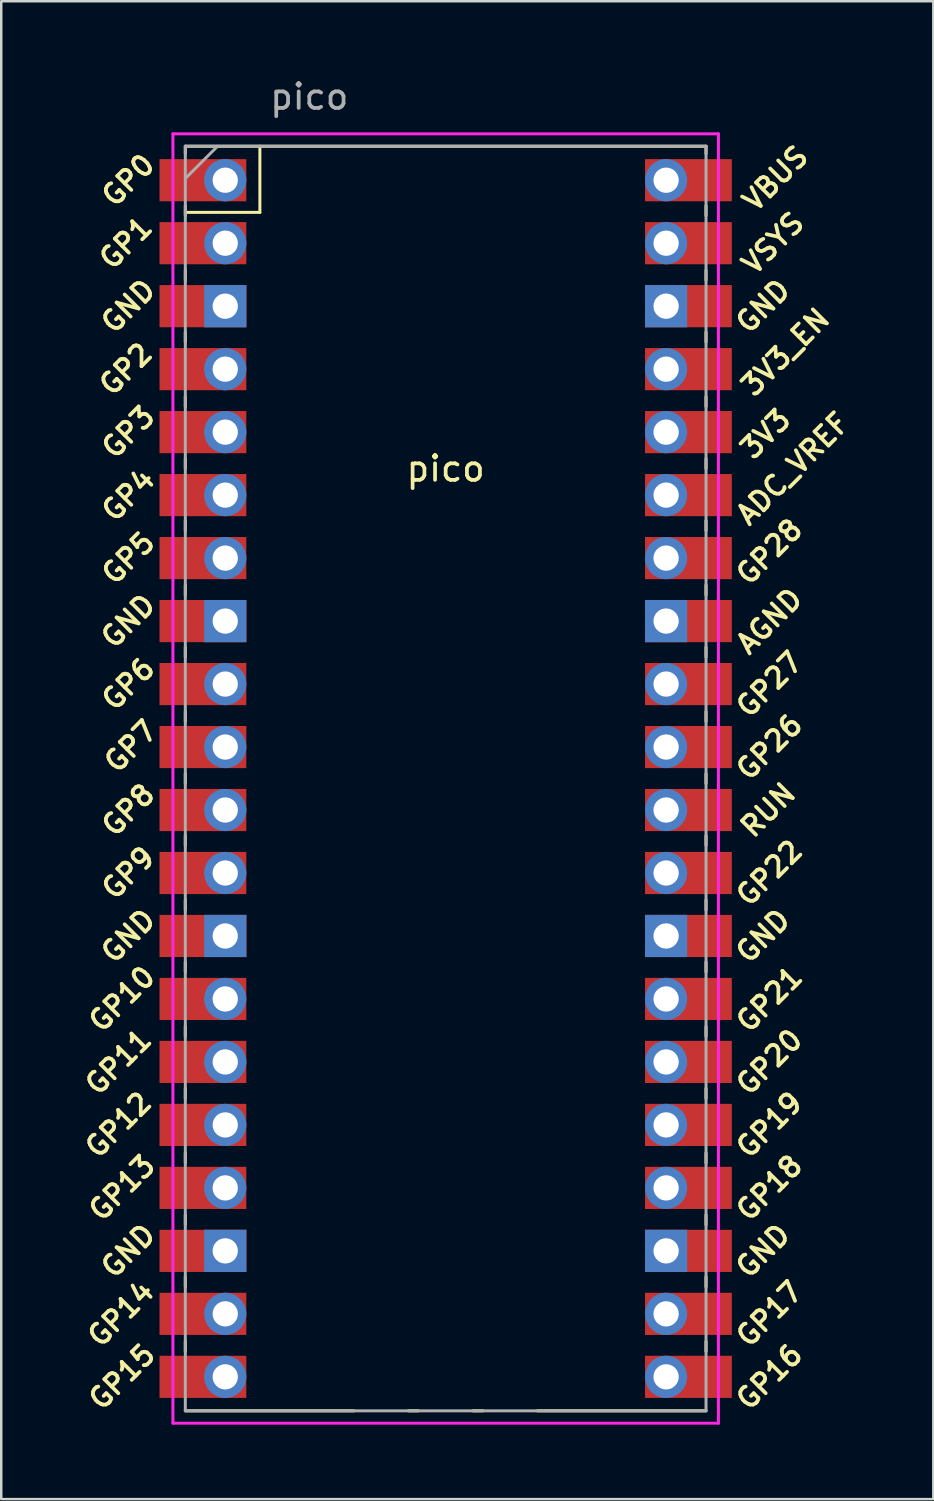
<source format=kicad_pcb>
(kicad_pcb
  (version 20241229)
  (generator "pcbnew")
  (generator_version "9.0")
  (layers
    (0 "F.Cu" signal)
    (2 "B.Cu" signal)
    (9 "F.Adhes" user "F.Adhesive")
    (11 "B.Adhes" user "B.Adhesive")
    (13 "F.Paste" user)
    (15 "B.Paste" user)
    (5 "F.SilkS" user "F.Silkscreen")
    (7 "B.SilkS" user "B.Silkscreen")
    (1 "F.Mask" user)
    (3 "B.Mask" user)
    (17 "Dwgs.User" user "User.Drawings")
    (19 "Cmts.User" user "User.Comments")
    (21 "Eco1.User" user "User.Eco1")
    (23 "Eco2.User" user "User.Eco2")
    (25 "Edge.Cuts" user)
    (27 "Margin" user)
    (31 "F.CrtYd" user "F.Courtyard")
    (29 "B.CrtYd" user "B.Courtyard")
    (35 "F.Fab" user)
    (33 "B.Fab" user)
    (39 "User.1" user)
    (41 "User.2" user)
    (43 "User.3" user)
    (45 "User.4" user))
  (footprint "pico"
    (layer "F.Cu")
    (at 14.924 28.348)
    (property "Reference" "pico" (at 0 -12.5 0) (layer "F.SilkS") (effects (font (size 1 1) (thickness 0.15))))
    (attr through_hole)
    (fp_line (start -10.5 -25.5) (end -10.5 -25.2) (stroke (width 0.12) (type solid)) (layer "F.SilkS"))
    (fp_line (start -10.5 -25.5) (end 10.5 -25.5) (stroke (width 0.12) (type solid)) (layer "F.SilkS"))
    (fp_line (start -10.5 -23.1) (end -10.5 -22.7) (stroke (width 0.12) (type solid)) (layer "F.SilkS"))
    (fp_line (start -10.5 -22.833) (end -7.493 -22.833) (stroke (width 0.12) (type solid)) (layer "F.SilkS"))
    (fp_line (start -10.5 -20.5) (end -10.5 -20.1) (stroke (width 0.12) (type solid)) (layer "F.SilkS"))
    (fp_line (start -10.5 -18) (end -10.5 -17.6) (stroke (width 0.12) (type solid)) (layer "F.SilkS"))
    (fp_line (start -10.5 -15.4) (end -10.5 -15) (stroke (width 0.12) (type solid)) (layer "F.SilkS"))
    (fp_line (start -10.5 -12.9) (end -10.5 -12.5) (stroke (width 0.12) (type solid)) (layer "F.SilkS"))
    (fp_line (start -10.5 -10.4) (end -10.5 -10) (stroke (width 0.12) (type solid)) (layer "F.SilkS"))
    (fp_line (start -10.5 -7.8) (end -10.5 -7.4) (stroke (width 0.12) (type solid)) (layer "F.SilkS"))
    (fp_line (start -10.5 -5.3) (end -10.5 -4.9) (stroke (width 0.12) (type solid)) (layer "F.SilkS"))
    (fp_line (start -10.5 -2.7) (end -10.5 -2.3) (stroke (width 0.12) (type solid)) (layer "F.SilkS"))
    (fp_line (start -10.5 -0.2) (end -10.5 0.2) (stroke (width 0.12) (type solid)) (layer "F.SilkS"))
    (fp_line (start -10.5 2.3) (end -10.5 2.7) (stroke (width 0.12) (type solid)) (layer "F.SilkS"))
    (fp_line (start -10.5 4.9) (end -10.5 5.3) (stroke (width 0.12) (type solid)) (layer "F.SilkS"))
    (fp_line (start -10.5 7.4) (end -10.5 7.8) (stroke (width 0.12) (type solid)) (layer "F.SilkS"))
    (fp_line (start -10.5 10) (end -10.5 10.4) (stroke (width 0.12) (type solid)) (layer "F.SilkS"))
    (fp_line (start -10.5 12.5) (end -10.5 12.9) (stroke (width 0.12) (type solid)) (layer "F.SilkS"))
    (fp_line (start -10.5 15.1) (end -10.5 15.5) (stroke (width 0.12) (type solid)) (layer "F.SilkS"))
    (fp_line (start -10.5 17.6) (end -10.5 18) (stroke (width 0.12) (type solid)) (layer "F.SilkS"))
    (fp_line (start -10.5 20.1) (end -10.5 20.5) (stroke (width 0.12) (type solid)) (layer "F.SilkS"))
    (fp_line (start -10.5 22.7) (end -10.5 23.1) (stroke (width 0.12) (type solid)) (layer "F.SilkS"))
    (fp_line (start -7.493 -22.833) (end -7.493 -25.5) (stroke (width 0.12) (type solid)) (layer "F.SilkS"))
    (fp_line (start -3.7 25.5) (end -10.5 25.5) (stroke (width 0.12) (type solid)) (layer "F.SilkS"))
    (fp_line (start -1.5 25.5) (end -1.1 25.5) (stroke (width 0.12) (type solid)) (layer "F.SilkS"))
    (fp_line (start 1.1 25.5) (end 1.5 25.5) (stroke (width 0.12) (type solid)) (layer "F.SilkS"))
    (fp_line (start 10.5 -25.5) (end 10.5 -25.2) (stroke (width 0.12) (type solid)) (layer "F.SilkS"))
    (fp_line (start 10.5 -23.1) (end 10.5 -22.7) (stroke (width 0.12) (type solid)) (layer "F.SilkS"))
    (fp_line (start 10.5 -20.5) (end 10.5 -20.1) (stroke (width 0.12) (type solid)) (layer "F.SilkS"))
    (fp_line (start 10.5 -18) (end 10.5 -17.6) (stroke (width 0.12) (type solid)) (layer "F.SilkS"))
    (fp_line (start 10.5 -15.4) (end 10.5 -15) (stroke (width 0.12) (type solid)) (layer "F.SilkS"))
    (fp_line (start 10.5 -12.9) (end 10.5 -12.5) (stroke (width 0.12) (type solid)) (layer "F.SilkS"))
    (fp_line (start 10.5 -10.4) (end 10.5 -10) (stroke (width 0.12) (type solid)) (layer "F.SilkS"))
    (fp_line (start 10.5 -7.8) (end 10.5 -7.4) (stroke (width 0.12) (type solid)) (layer "F.SilkS"))
    (fp_line (start 10.5 -5.3) (end 10.5 -4.9) (stroke (width 0.12) (type solid)) (layer "F.SilkS"))
    (fp_line (start 10.5 -2.7) (end 10.5 -2.3) (stroke (width 0.12) (type solid)) (layer "F.SilkS"))
    (fp_line (start 10.5 -0.2) (end 10.5 0.2) (stroke (width 0.12) (type solid)) (layer "F.SilkS"))
    (fp_line (start 10.5 2.3) (end 10.5 2.7) (stroke (width 0.12) (type solid)) (layer "F.SilkS"))
    (fp_line (start 10.5 4.9) (end 10.5 5.3) (stroke (width 0.12) (type solid)) (layer "F.SilkS"))
    (fp_line (start 10.5 7.4) (end 10.5 7.8) (stroke (width 0.12) (type solid)) (layer "F.SilkS"))
    (fp_line (start 10.5 10) (end 10.5 10.4) (stroke (width 0.12) (type solid)) (layer "F.SilkS"))
    (fp_line (start 10.5 12.5) (end 10.5 12.9) (stroke (width 0.12) (type solid)) (layer "F.SilkS"))
    (fp_line (start 10.5 15.1) (end 10.5 15.5) (stroke (width 0.12) (type solid)) (layer "F.SilkS"))
    (fp_line (start 10.5 17.6) (end 10.5 18) (stroke (width 0.12) (type solid)) (layer "F.SilkS"))
    (fp_line (start 10.5 20.1) (end 10.5 20.5) (stroke (width 0.12) (type solid)) (layer "F.SilkS"))
    (fp_line (start 10.5 22.7) (end 10.5 23.1) (stroke (width 0.12) (type solid)) (layer "F.SilkS"))
    (fp_line (start 10.5 25.5) (end 3.7 25.5) (stroke (width 0.12) (type solid)) (layer "F.SilkS"))
    (fp_line (start -11 -26) (end 11 -26) (stroke (width 0.12) (type solid)) (layer "F.CrtYd"))
    (fp_line (start -11 26) (end -11 -26) (stroke (width 0.12) (type solid)) (layer "F.CrtYd"))
    (fp_line (start 11 -26) (end 11 26) (stroke (width 0.12) (type solid)) (layer "F.CrtYd"))
    (fp_line (start 11 26) (end -11 26) (stroke (width 0.12) (type solid)) (layer "F.CrtYd"))
    (fp_line (start -10.5 -25.5) (end 10.5 -25.5) (stroke (width 0.12) (type solid)) (layer "F.Fab"))
    (fp_line (start -10.5 -24.2) (end -9.2 -25.5) (stroke (width 0.12) (type solid)) (layer "F.Fab"))
    (fp_line (start -10.5 25.5) (end -10.5 -25.5) (stroke (width 0.12) (type solid)) (layer "F.Fab"))
    (fp_line (start 10.5 -25.5) (end 10.5 25.5) (stroke (width 0.12) (type solid)) (layer "F.Fab"))
    (fp_line (start 10.5 25.5) (end -10.5 25.5) (stroke (width 0.12) (type solid)) (layer "F.Fab"))
    (fp_text user "GP9" (at -12.8 3.81 45) (layer "F.SilkS") (effects (font (size 0.8 0.8) (thickness 0.15))))
    (fp_text user "GP2" (at -12.9 -16.51 45) (layer "F.SilkS") (effects (font (size 0.8 0.8) (thickness 0.15))))
    (fp_text user "GP16" (at 13.054 24.13 45) (layer "F.SilkS") (effects (font (size 0.8 0.8) (thickness 0.15))))
    (fp_text user "GP6" (at -12.8 -3.81 45) (layer "F.SilkS") (effects (font (size 0.8 0.8) (thickness 0.15))))
    (fp_text user "GND" (at 12.8 -19.05 45) (layer "F.SilkS") (effects (font (size 0.8 0.8) (thickness 0.15))))
    (fp_text user "GP18" (at 13.054 16.51 45) (layer "F.SilkS") (effects (font (size 0.8 0.8) (thickness 0.15))))
    (fp_text user "GND" (at -12.8 6.35 45) (layer "F.SilkS") (effects (font (size 0.8 0.8) (thickness 0.15))))
    (fp_text user "GP10" (at -13.054 8.89 45) (layer "F.SilkS") (effects (font (size 0.8 0.8) (thickness 0.15))))
    (fp_text user "GP12" (at -13.2 13.97 45) (layer "F.SilkS") (effects (font (size 0.8 0.8) (thickness 0.15))))
    (fp_text user "RUN" (at 13 1.27 45) (layer "F.SilkS") (effects (font (size 0.8 0.8) (thickness 0.15))))
    (fp_text user "GND" (at 12.8 6.35 45) (layer "F.SilkS") (effects (font (size 0.8 0.8) (thickness 0.15))))
    (fp_text user "GP11" (at -13.2 11.43 45) (layer "F.SilkS") (effects (font (size 0.8 0.8) (thickness 0.15))))
    (fp_text user "GP4" (at -12.8 -11.43 45) (layer "F.SilkS") (effects (font (size 0.8 0.8) (thickness 0.15))))
    (fp_text user "GND" (at -12.8 -19.05 45) (layer "F.SilkS") (effects (font (size 0.8 0.8) (thickness 0.15))))
    (fp_text user "GP1" (at -12.9 -21.6 45) (layer "F.SilkS") (effects (font (size 0.8 0.8) (thickness 0.15))))
    (fp_text user "GP14" (at -13.1 21.59 45) (layer "F.SilkS") (effects (font (size 0.8 0.8) (thickness 0.15))))
    (fp_text user "GP19" (at 13.054 13.97 45) (layer "F.SilkS") (effects (font (size 0.8 0.8) (thickness 0.15))))
    (fp_text user "GP8" (at -12.8 1.27 45) (layer "F.SilkS") (effects (font (size 0.8 0.8) (thickness 0.15))))
    (fp_text user "GP17" (at 13.054 21.59 45) (layer "F.SilkS") (effects (font (size 0.8 0.8) (thickness 0.15))))
    (fp_text user "GND" (at -12.8 -6.35 45) (layer "F.SilkS") (effects (font (size 0.8 0.8) (thickness 0.15))))
    (fp_text user "GP5" (at -12.8 -8.89 45) (layer "F.SilkS") (effects (font (size 0.8 0.8) (thickness 0.15))))
    (fp_text user "GND" (at -12.8 19.05 45) (layer "F.SilkS") (effects (font (size 0.8 0.8) (thickness 0.15))))
    (fp_text user "VBUS" (at 13.3 -24.2 45) (layer "F.SilkS") (effects (font (size 0.8 0.8) (thickness 0.15))))
    (fp_text user "AGND" (at 13.054 -6.35 45) (layer "F.SilkS") (effects (font (size 0.8 0.8) (thickness 0.15))))
    (fp_text user "3V3" (at 12.9 -13.9 45) (layer "F.SilkS") (effects (font (size 0.8 0.8) (thickness 0.15))))
    (fp_text user "GP13" (at -13.054 16.51 45) (layer "F.SilkS") (effects (font (size 0.8 0.8) (thickness 0.15))))
    (fp_text user "GP7" (at -12.7 -1.3 45) (layer "F.SilkS") (effects (font (size 0.8 0.8) (thickness 0.15))))
    (fp_text user "GP15" (at -13.054 24.13 45) (layer "F.SilkS") (effects (font (size 0.8 0.8) (thickness 0.15))))
    (fp_text user "GP21" (at 13.054 8.9 45) (layer "F.SilkS") (effects (font (size 0.8 0.8) (thickness 0.15))))
    (fp_text user "GP20" (at 13.054 11.43 45) (layer "F.SilkS") (effects (font (size 0.8 0.8) (thickness 0.15))))
    (fp_text user "ADC_VREF" (at 14 -12.5 45) (layer "F.SilkS") (effects (font (size 0.8 0.8) (thickness 0.15))))
    (fp_text user "GP27" (at 13.054 -3.8 45) (layer "F.SilkS") (effects (font (size 0.8 0.8) (thickness 0.15))))
    (fp_text user "GP28" (at 13.054 -9.144 45) (layer "F.SilkS") (effects (font (size 0.8 0.8) (thickness 0.15))))
    (fp_text user "GP3" (at -12.8 -13.97 45) (layer "F.SilkS") (effects (font (size 0.8 0.8) (thickness 0.15))))
    (fp_text user "GND" (at 12.8 19.05 45) (layer "F.SilkS") (effects (font (size 0.8 0.8) (thickness 0.15))))
    (fp_text user "GP26" (at 13.054 -1.27 45) (layer "F.SilkS") (effects (font (size 0.8 0.8) (thickness 0.15))))
    (fp_text user "3V3_EN" (at 13.7 -17.2 45) (layer "F.SilkS") (effects (font (size 0.8 0.8) (thickness 0.15))))
    (fp_text user "GP0" (at -12.8 -24.13 45) (layer "F.SilkS") (effects (font (size 0.8 0.8) (thickness 0.15))))
    (fp_text user "VSYS" (at 13.2 -21.59 45) (layer "F.SilkS") (effects (font (size 0.8 0.8) (thickness 0.15))))
    (fp_text user "GP22" (at 13.054 3.81 45) (layer "F.SilkS") (effects (font (size 0.8 0.8) (thickness 0.15))))
    (fp_text user "${REFERENCE}" (at -5.5 -27.5 180) (layer "F.Fab") (effects (font (size 1 1) (thickness 0.15))))
    (pad "1" thru_hole oval (at -8.89 -24.13) (size 1.7 1.7) (drill 1.02) (layers "*.Cu" "*.Mask"))
    (pad "1" smd rect (at -8.89 -24.13) (size 3.5 1.7) (drill (offset -0.9 0)) (layers "F.Cu" "F.Mask"))
    (pad "2" thru_hole oval (at -8.89 -21.59) (size 1.7 1.7) (drill 1.02) (layers "*.Cu" "*.Mask"))
    (pad "2" smd rect (at -8.89 -21.59) (size 3.5 1.7) (drill (offset -0.9 0)) (layers "F.Cu" "F.Mask"))
    (pad "3" thru_hole rect (at -8.89 -19.05) (size 1.7 1.7) (drill 1.02) (layers "*.Cu" "*.Mask"))
    (pad "3" smd rect (at -8.89 -19.05) (size 3.5 1.7) (drill (offset -0.9 0)) (layers "F.Cu" "F.Mask"))
    (pad "4" thru_hole oval (at -8.89 -16.51) (size 1.7 1.7) (drill 1.02) (layers "*.Cu" "*.Mask"))
    (pad "4" smd rect (at -8.89 -16.51) (size 3.5 1.7) (drill (offset -0.9 0)) (layers "F.Cu" "F.Mask"))
    (pad "5" thru_hole oval (at -8.89 -13.97) (size 1.7 1.7) (drill 1.02) (layers "*.Cu" "*.Mask"))
    (pad "5" smd rect (at -8.89 -13.97) (size 3.5 1.7) (drill (offset -0.9 0)) (layers "F.Cu" "F.Mask"))
    (pad "6" thru_hole oval (at -8.89 -11.43) (size 1.7 1.7) (drill 1.02) (layers "*.Cu" "*.Mask"))
    (pad "6" smd rect (at -8.89 -11.43) (size 3.5 1.7) (drill (offset -0.9 0)) (layers "F.Cu" "F.Mask"))
    (pad "7" thru_hole oval (at -8.89 -8.89) (size 1.7 1.7) (drill 1.02) (layers "*.Cu" "*.Mask"))
    (pad "7" smd rect (at -8.89 -8.89) (size 3.5 1.7) (drill (offset -0.9 0)) (layers "F.Cu" "F.Mask"))
    (pad "8" thru_hole rect (at -8.89 -6.35) (size 1.7 1.7) (drill 1.02) (layers "*.Cu" "*.Mask"))
    (pad "8" smd rect (at -8.89 -6.35) (size 3.5 1.7) (drill (offset -0.9 0)) (layers "F.Cu" "F.Mask"))
    (pad "9" thru_hole oval (at -8.89 -3.81) (size 1.7 1.7) (drill 1.02) (layers "*.Cu" "*.Mask"))
    (pad "9" smd rect (at -8.89 -3.81) (size 3.5 1.7) (drill (offset -0.9 0)) (layers "F.Cu" "F.Mask"))
    (pad "10" thru_hole oval (at -8.89 -1.27) (size 1.7 1.7) (drill 1.02) (layers "*.Cu" "*.Mask"))
    (pad "10" smd rect (at -8.89 -1.27) (size 3.5 1.7) (drill (offset -0.9 0)) (layers "F.Cu" "F.Mask"))
    (pad "11" thru_hole oval (at -8.89 1.27) (size 1.7 1.7) (drill 1.02) (layers "*.Cu" "*.Mask"))
    (pad "11" smd rect (at -8.89 1.27) (size 3.5 1.7) (drill (offset -0.9 0)) (layers "F.Cu" "F.Mask"))
    (pad "12" thru_hole oval (at -8.89 3.81) (size 1.7 1.7) (drill 1.02) (layers "*.Cu" "*.Mask"))
    (pad "12" smd rect (at -8.89 3.81) (size 3.5 1.7) (drill (offset -0.9 0)) (layers "F.Cu" "F.Mask"))
    (pad "13" thru_hole rect (at -8.89 6.35) (size 1.7 1.7) (drill 1.02) (layers "*.Cu" "*.Mask"))
    (pad "13" smd rect (at -8.89 6.35) (size 3.5 1.7) (drill (offset -0.9 0)) (layers "F.Cu" "F.Mask"))
    (pad "14" thru_hole oval (at -8.89 8.89) (size 1.7 1.7) (drill 1.02) (layers "*.Cu" "*.Mask"))
    (pad "14" smd rect (at -8.89 8.89) (size 3.5 1.7) (drill (offset -0.9 0)) (layers "F.Cu" "F.Mask"))
    (pad "15" thru_hole oval (at -8.89 11.43) (size 1.7 1.7) (drill 1.02) (layers "*.Cu" "*.Mask"))
    (pad "15" smd rect (at -8.89 11.43) (size 3.5 1.7) (drill (offset -0.9 0)) (layers "F.Cu" "F.Mask"))
    (pad "16" thru_hole oval (at -8.89 13.97) (size 1.7 1.7) (drill 1.02) (layers "*.Cu" "*.Mask"))
    (pad "16" smd rect (at -8.89 13.97) (size 3.5 1.7) (drill (offset -0.9 0)) (layers "F.Cu" "F.Mask"))
    (pad "17" thru_hole oval (at -8.89 16.51) (size 1.7 1.7) (drill 1.02) (layers "*.Cu" "*.Mask"))
    (pad "17" smd rect (at -8.89 16.51) (size 3.5 1.7) (drill (offset -0.9 0)) (layers "F.Cu" "F.Mask"))
    (pad "18" thru_hole rect (at -8.89 19.05) (size 1.7 1.7) (drill 1.02) (layers "*.Cu" "*.Mask"))
    (pad "18" smd rect (at -8.89 19.05) (size 3.5 1.7) (drill (offset -0.9 0)) (layers "F.Cu" "F.Mask"))
    (pad "19" thru_hole oval (at -8.89 21.59) (size 1.7 1.7) (drill 1.02) (layers "*.Cu" "*.Mask"))
    (pad "19" smd rect (at -8.89 21.59) (size 3.5 1.7) (drill (offset -0.9 0)) (layers "F.Cu" "F.Mask"))
    (pad "20" thru_hole oval (at -8.89 24.13) (size 1.7 1.7) (drill 1.02) (layers "*.Cu" "*.Mask"))
    (pad "20" smd rect (at -8.89 24.13) (size 3.5 1.7) (drill (offset -0.9 0)) (layers "F.Cu" "F.Mask"))
    (pad "21" thru_hole oval (at 8.89 24.13) (size 1.7 1.7) (drill 1.02) (layers "*.Cu" "*.Mask"))
    (pad "21" smd rect (at 8.89 24.13) (size 3.5 1.7) (drill (offset 0.9 0)) (layers "F.Cu" "F.Mask"))
    (pad "22" thru_hole oval (at 8.89 21.59) (size 1.7 1.7) (drill 1.02) (layers "*.Cu" "*.Mask"))
    (pad "22" smd rect (at 8.89 21.59) (size 3.5 1.7) (drill (offset 0.9 0)) (layers "F.Cu" "F.Mask"))
    (pad "23" thru_hole rect (at 8.89 19.05) (size 1.7 1.7) (drill 1.02) (layers "*.Cu" "*.Mask"))
    (pad "23" smd rect (at 8.89 19.05) (size 3.5 1.7) (drill (offset 0.9 0)) (layers "F.Cu" "F.Mask"))
    (pad "24" thru_hole oval (at 8.89 16.51) (size 1.7 1.7) (drill 1.02) (layers "*.Cu" "*.Mask"))
    (pad "24" smd rect (at 8.89 16.51) (size 3.5 1.7) (drill (offset 0.9 0)) (layers "F.Cu" "F.Mask"))
    (pad "25" thru_hole oval (at 8.89 13.97) (size 1.7 1.7) (drill 1.02) (layers "*.Cu" "*.Mask"))
    (pad "25" smd rect (at 8.89 13.97) (size 3.5 1.7) (drill (offset 0.9 0)) (layers "F.Cu" "F.Mask"))
    (pad "26" thru_hole oval (at 8.89 11.43) (size 1.7 1.7) (drill 1.02) (layers "*.Cu" "*.Mask"))
    (pad "26" smd rect (at 8.89 11.43) (size 3.5 1.7) (drill (offset 0.9 0)) (layers "F.Cu" "F.Mask"))
    (pad "27" thru_hole oval (at 8.89 8.89) (size 1.7 1.7) (drill 1.02) (layers "*.Cu" "*.Mask"))
    (pad "27" smd rect (at 8.89 8.89) (size 3.5 1.7) (drill (offset 0.9 0)) (layers "F.Cu" "F.Mask"))
    (pad "28" thru_hole rect (at 8.89 6.35) (size 1.7 1.7) (drill 1.02) (layers "*.Cu" "*.Mask"))
    (pad "28" smd rect (at 8.89 6.35) (size 3.5 1.7) (drill (offset 0.9 0)) (layers "F.Cu" "F.Mask"))
    (pad "29" thru_hole oval (at 8.89 3.81) (size 1.7 1.7) (drill 1.02) (layers "*.Cu" "*.Mask"))
    (pad "29" smd rect (at 8.89 3.81) (size 3.5 1.7) (drill (offset 0.9 0)) (layers "F.Cu" "F.Mask"))
    (pad "30" thru_hole oval (at 8.89 1.27) (size 1.7 1.7) (drill 1.02) (layers "*.Cu" "*.Mask"))
    (pad "30" smd rect (at 8.89 1.27) (size 3.5 1.7) (drill (offset 0.9 0)) (layers "F.Cu" "F.Mask"))
    (pad "31" thru_hole oval (at 8.89 -1.27) (size 1.7 1.7) (drill 1.02) (layers "*.Cu" "*.Mask"))
    (pad "31" smd rect (at 8.89 -1.27) (size 3.5 1.7) (drill (offset 0.9 0)) (layers "F.Cu" "F.Mask"))
    (pad "32" thru_hole oval (at 8.89 -3.81) (size 1.7 1.7) (drill 1.02) (layers "*.Cu" "*.Mask"))
    (pad "32" smd rect (at 8.89 -3.81) (size 3.5 1.7) (drill (offset 0.9 0)) (layers "F.Cu" "F.Mask"))
    (pad "33" thru_hole rect (at 8.89 -6.35) (size 1.7 1.7) (drill 1.02) (layers "*.Cu" "*.Mask"))
    (pad "33" smd rect (at 8.89 -6.35) (size 3.5 1.7) (drill (offset 0.9 0)) (layers "F.Cu" "F.Mask"))
    (pad "34" thru_hole oval (at 8.89 -8.89) (size 1.7 1.7) (drill 1.02) (layers "*.Cu" "*.Mask"))
    (pad "34" smd rect (at 8.89 -8.89) (size 3.5 1.7) (drill (offset 0.9 0)) (layers "F.Cu" "F.Mask"))
    (pad "35" thru_hole oval (at 8.89 -11.43) (size 1.7 1.7) (drill 1.02) (layers "*.Cu" "*.Mask"))
    (pad "35" smd rect (at 8.89 -11.43) (size 3.5 1.7) (drill (offset 0.9 0)) (layers "F.Cu" "F.Mask"))
    (pad "36" thru_hole oval (at 8.89 -13.97) (size 1.7 1.7) (drill 1.02) (layers "*.Cu" "*.Mask"))
    (pad "36" smd rect (at 8.89 -13.97) (size 3.5 1.7) (drill (offset 0.9 0)) (layers "F.Cu" "F.Mask"))
    (pad "37" thru_hole oval (at 8.89 -16.51) (size 1.7 1.7) (drill 1.02) (layers "*.Cu" "*.Mask"))
    (pad "37" smd rect (at 8.89 -16.51) (size 3.5 1.7) (drill (offset 0.9 0)) (layers "F.Cu" "F.Mask"))
    (pad "38" thru_hole rect (at 8.89 -19.05) (size 1.7 1.7) (drill 1.02) (layers "*.Cu" "*.Mask"))
    (pad "38" smd rect (at 8.89 -19.05) (size 3.5 1.7) (drill (offset 0.9 0)) (layers "F.Cu" "F.Mask"))
    (pad "39" thru_hole oval (at 8.89 -21.59) (size 1.7 1.7) (drill 1.02) (layers "*.Cu" "*.Mask"))
    (pad "39" smd rect (at 8.89 -21.59) (size 3.5 1.7) (drill (offset 0.9 0)) (layers "F.Cu" "F.Mask"))
    (pad "40" thru_hole oval (at 8.89 -24.13) (size 1.7 1.7) (drill 1.02) (layers "*.Cu" "*.Mask"))
    (pad "40" smd rect (at 8.89 -24.13) (size 3.5 1.7) (drill (offset 0.9 0)) (layers "F.Cu" "F.Mask")))
  (gr_rect
    (start -3 -3)
    (end 34.591 57.408)
    (stroke (width 0.1) (type default))
    (fill no)
    (layer "Edge.Cuts")))
</source>
